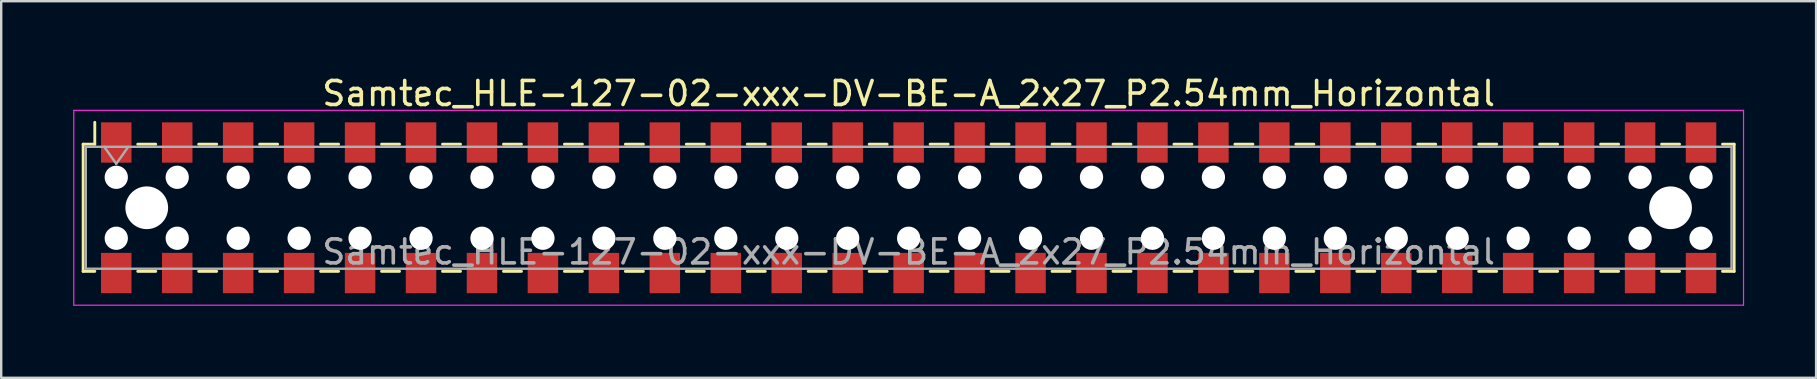
<source format=kicad_pcb>
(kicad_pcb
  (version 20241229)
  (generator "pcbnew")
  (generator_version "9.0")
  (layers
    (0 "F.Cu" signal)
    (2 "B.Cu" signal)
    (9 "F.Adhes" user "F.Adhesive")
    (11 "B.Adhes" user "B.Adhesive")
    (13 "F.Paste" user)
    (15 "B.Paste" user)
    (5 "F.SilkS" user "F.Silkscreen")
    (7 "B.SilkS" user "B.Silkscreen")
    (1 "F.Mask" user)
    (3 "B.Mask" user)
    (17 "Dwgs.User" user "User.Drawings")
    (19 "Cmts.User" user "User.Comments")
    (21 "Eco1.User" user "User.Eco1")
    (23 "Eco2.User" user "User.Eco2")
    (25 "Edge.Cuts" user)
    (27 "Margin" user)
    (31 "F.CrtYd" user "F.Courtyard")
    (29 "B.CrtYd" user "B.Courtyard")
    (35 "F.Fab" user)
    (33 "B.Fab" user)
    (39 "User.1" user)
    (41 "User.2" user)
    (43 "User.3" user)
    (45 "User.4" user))
  (footprint "Samtec_HLE-127-02-xxx-DV-BE-A_2x27_P2.54mm_Horizontal"
    (layer "F.Cu")
    (at 34.815 5.608)
    (property "Reference" "Samtec_HLE-127-02-xxx-DV-BE-A_2x27_P2.54mm_Horizontal" (at 0 -4.76 0) (layer "F.SilkS") (effects (font (size 1 1) (thickness 0.15))))
    (attr smd)
    (fp_line (start -34.4 -2.65) (end -34.4 2.65) (stroke (width 0.12) (type solid)) (layer "F.SilkS"))
    (fp_line (start -34.4 2.65) (end -33.915 2.65) (stroke (width 0.12) (type solid)) (layer "F.SilkS"))
    (fp_line (start -33.915 -3.56) (end -33.915 -2.65) (stroke (width 0.12) (type solid)) (layer "F.SilkS"))
    (fp_line (start -33.915 -2.65) (end -34.4 -2.65) (stroke (width 0.12) (type solid)) (layer "F.SilkS"))
    (fp_line (start -32.125 -2.65) (end -31.375 -2.65) (stroke (width 0.12) (type solid)) (layer "F.SilkS"))
    (fp_line (start -32.125 2.65) (end -31.375 2.65) (stroke (width 0.12) (type solid)) (layer "F.SilkS"))
    (fp_line (start -29.585 -2.65) (end -28.835 -2.65) (stroke (width 0.12) (type solid)) (layer "F.SilkS"))
    (fp_line (start -29.585 2.65) (end -28.835 2.65) (stroke (width 0.12) (type solid)) (layer "F.SilkS"))
    (fp_line (start -27.045 -2.65) (end -26.295 -2.65) (stroke (width 0.12) (type solid)) (layer "F.SilkS"))
    (fp_line (start -27.045 2.65) (end -26.295 2.65) (stroke (width 0.12) (type solid)) (layer "F.SilkS"))
    (fp_line (start -24.505 -2.65) (end -23.755 -2.65) (stroke (width 0.12) (type solid)) (layer "F.SilkS"))
    (fp_line (start -24.505 2.65) (end -23.755 2.65) (stroke (width 0.12) (type solid)) (layer "F.SilkS"))
    (fp_line (start -21.965 -2.65) (end -21.215 -2.65) (stroke (width 0.12) (type solid)) (layer "F.SilkS"))
    (fp_line (start -21.965 2.65) (end -21.215 2.65) (stroke (width 0.12) (type solid)) (layer "F.SilkS"))
    (fp_line (start -19.425 -2.65) (end -18.675 -2.65) (stroke (width 0.12) (type solid)) (layer "F.SilkS"))
    (fp_line (start -19.425 2.65) (end -18.675 2.65) (stroke (width 0.12) (type solid)) (layer "F.SilkS"))
    (fp_line (start -16.885 -2.65) (end -16.135 -2.65) (stroke (width 0.12) (type solid)) (layer "F.SilkS"))
    (fp_line (start -16.885 2.65) (end -16.135 2.65) (stroke (width 0.12) (type solid)) (layer "F.SilkS"))
    (fp_line (start -14.345 -2.65) (end -13.595 -2.65) (stroke (width 0.12) (type solid)) (layer "F.SilkS"))
    (fp_line (start -14.345 2.65) (end -13.595 2.65) (stroke (width 0.12) (type solid)) (layer "F.SilkS"))
    (fp_line (start -11.805 -2.65) (end -11.055 -2.65) (stroke (width 0.12) (type solid)) (layer "F.SilkS"))
    (fp_line (start -11.805 2.65) (end -11.055 2.65) (stroke (width 0.12) (type solid)) (layer "F.SilkS"))
    (fp_line (start -9.265 -2.65) (end -8.515 -2.65) (stroke (width 0.12) (type solid)) (layer "F.SilkS"))
    (fp_line (start -9.265 2.65) (end -8.515 2.65) (stroke (width 0.12) (type solid)) (layer "F.SilkS"))
    (fp_line (start -6.725 -2.65) (end -5.975 -2.65) (stroke (width 0.12) (type solid)) (layer "F.SilkS"))
    (fp_line (start -6.725 2.65) (end -5.975 2.65) (stroke (width 0.12) (type solid)) (layer "F.SilkS"))
    (fp_line (start -4.185 -2.65) (end -3.435 -2.65) (stroke (width 0.12) (type solid)) (layer "F.SilkS"))
    (fp_line (start -4.185 2.65) (end -3.435 2.65) (stroke (width 0.12) (type solid)) (layer "F.SilkS"))
    (fp_line (start -1.645 -2.65) (end -0.895 -2.65) (stroke (width 0.12) (type solid)) (layer "F.SilkS"))
    (fp_line (start -1.645 2.65) (end -0.895 2.65) (stroke (width 0.12) (type solid)) (layer "F.SilkS"))
    (fp_line (start 0.895 -2.65) (end 1.645 -2.65) (stroke (width 0.12) (type solid)) (layer "F.SilkS"))
    (fp_line (start 0.895 2.65) (end 1.645 2.65) (stroke (width 0.12) (type solid)) (layer "F.SilkS"))
    (fp_line (start 3.435 -2.65) (end 4.185 -2.65) (stroke (width 0.12) (type solid)) (layer "F.SilkS"))
    (fp_line (start 3.435 2.65) (end 4.185 2.65) (stroke (width 0.12) (type solid)) (layer "F.SilkS"))
    (fp_line (start 5.975 -2.65) (end 6.725 -2.65) (stroke (width 0.12) (type solid)) (layer "F.SilkS"))
    (fp_line (start 5.975 2.65) (end 6.725 2.65) (stroke (width 0.12) (type solid)) (layer "F.SilkS"))
    (fp_line (start 8.515 -2.65) (end 9.265 -2.65) (stroke (width 0.12) (type solid)) (layer "F.SilkS"))
    (fp_line (start 8.515 2.65) (end 9.265 2.65) (stroke (width 0.12) (type solid)) (layer "F.SilkS"))
    (fp_line (start 11.055 -2.65) (end 11.805 -2.65) (stroke (width 0.12) (type solid)) (layer "F.SilkS"))
    (fp_line (start 11.055 2.65) (end 11.805 2.65) (stroke (width 0.12) (type solid)) (layer "F.SilkS"))
    (fp_line (start 13.595 -2.65) (end 14.345 -2.65) (stroke (width 0.12) (type solid)) (layer "F.SilkS"))
    (fp_line (start 13.595 2.65) (end 14.345 2.65) (stroke (width 0.12) (type solid)) (layer "F.SilkS"))
    (fp_line (start 16.135 -2.65) (end 16.885 -2.65) (stroke (width 0.12) (type solid)) (layer "F.SilkS"))
    (fp_line (start 16.135 2.65) (end 16.885 2.65) (stroke (width 0.12) (type solid)) (layer "F.SilkS"))
    (fp_line (start 18.675 -2.65) (end 19.425 -2.65) (stroke (width 0.12) (type solid)) (layer "F.SilkS"))
    (fp_line (start 18.675 2.65) (end 19.425 2.65) (stroke (width 0.12) (type solid)) (layer "F.SilkS"))
    (fp_line (start 21.215 -2.65) (end 21.965 -2.65) (stroke (width 0.12) (type solid)) (layer "F.SilkS"))
    (fp_line (start 21.215 2.65) (end 21.965 2.65) (stroke (width 0.12) (type solid)) (layer "F.SilkS"))
    (fp_line (start 23.755 -2.65) (end 24.505 -2.65) (stroke (width 0.12) (type solid)) (layer "F.SilkS"))
    (fp_line (start 23.755 2.65) (end 24.505 2.65) (stroke (width 0.12) (type solid)) (layer "F.SilkS"))
    (fp_line (start 26.295 -2.65) (end 27.045 -2.65) (stroke (width 0.12) (type solid)) (layer "F.SilkS"))
    (fp_line (start 26.295 2.65) (end 27.045 2.65) (stroke (width 0.12) (type solid)) (layer "F.SilkS"))
    (fp_line (start 28.835 -2.65) (end 29.585 -2.65) (stroke (width 0.12) (type solid)) (layer "F.SilkS"))
    (fp_line (start 28.835 2.65) (end 29.585 2.65) (stroke (width 0.12) (type solid)) (layer "F.SilkS"))
    (fp_line (start 31.375 -2.65) (end 32.125 -2.65) (stroke (width 0.12) (type solid)) (layer "F.SilkS"))
    (fp_line (start 31.375 2.65) (end 32.125 2.65) (stroke (width 0.12) (type solid)) (layer "F.SilkS"))
    (fp_line (start 33.915 -2.65) (end 34.4 -2.65) (stroke (width 0.12) (type solid)) (layer "F.SilkS"))
    (fp_line (start 34.4 -2.65) (end 34.4 2.65) (stroke (width 0.12) (type solid)) (layer "F.SilkS"))
    (fp_line (start 34.4 2.65) (end 33.915 2.65) (stroke (width 0.12) (type solid)) (layer "F.SilkS"))
    (fp_line (start -34.79 -4.06) (end 34.79 -4.06) (stroke (width 0.05) (type solid)) (layer "F.CrtYd"))
    (fp_line (start -34.79 4.06) (end -34.79 -4.06) (stroke (width 0.05) (type solid)) (layer "F.CrtYd"))
    (fp_line (start 34.79 -4.06) (end 34.79 4.06) (stroke (width 0.05) (type solid)) (layer "F.CrtYd"))
    (fp_line (start 34.79 4.06) (end -34.79 4.06) (stroke (width 0.05) (type solid)) (layer "F.CrtYd"))
    (fp_line (start -34.29 -2.54) (end 34.29 -2.54) (stroke (width 0.1) (type solid)) (layer "F.Fab"))
    (fp_line (start -34.29 2.54) (end -34.29 -2.54) (stroke (width 0.1) (type solid)) (layer "F.Fab"))
    (fp_line (start -33.52 -2.54) (end -33.02 -1.833) (stroke (width 0.1) (type solid)) (layer "F.Fab"))
    (fp_line (start -33.02 -1.833) (end -32.52 -2.54) (stroke (width 0.1) (type solid)) (layer "F.Fab"))
    (fp_line (start 34.29 -2.54) (end 34.29 2.54) (stroke (width 0.1) (type solid)) (layer "F.Fab"))
    (fp_line (start 34.29 2.54) (end -34.29 2.54) (stroke (width 0.1) (type solid)) (layer "F.Fab"))
    (fp_text user "${REFERENCE}" (at 0 1.84 0) (layer "F.Fab") (effects (font (size 1 1) (thickness 0.15))))
    (pad "" np_thru_hole circle (at -33.02 -1.27) (size 0.97 0.97) (drill 0.97) (layers "*.Cu" "*.Mask"))
    (pad "" np_thru_hole circle (at -33.02 1.27) (size 0.97 0.97) (drill 0.97) (layers "*.Cu" "*.Mask"))
    (pad "" np_thru_hole circle (at -31.75 0) (size 1.78 1.78) (drill 1.78) (layers "*.Cu" "*.Mask"))
    (pad "" np_thru_hole circle (at -30.48 -1.27) (size 0.97 0.97) (drill 0.97) (layers "*.Cu" "*.Mask"))
    (pad "" np_thru_hole circle (at -30.48 1.27) (size 0.97 0.97) (drill 0.97) (layers "*.Cu" "*.Mask"))
    (pad "" np_thru_hole circle (at -27.94 -1.27) (size 0.97 0.97) (drill 0.97) (layers "*.Cu" "*.Mask"))
    (pad "" np_thru_hole circle (at -27.94 1.27) (size 0.97 0.97) (drill 0.97) (layers "*.Cu" "*.Mask"))
    (pad "" np_thru_hole circle (at -25.4 -1.27) (size 0.97 0.97) (drill 0.97) (layers "*.Cu" "*.Mask"))
    (pad "" np_thru_hole circle (at -25.4 1.27) (size 0.97 0.97) (drill 0.97) (layers "*.Cu" "*.Mask"))
    (pad "" np_thru_hole circle (at -22.86 -1.27) (size 0.97 0.97) (drill 0.97) (layers "*.Cu" "*.Mask"))
    (pad "" np_thru_hole circle (at -22.86 1.27) (size 0.97 0.97) (drill 0.97) (layers "*.Cu" "*.Mask"))
    (pad "" np_thru_hole circle (at -20.32 -1.27) (size 0.97 0.97) (drill 0.97) (layers "*.Cu" "*.Mask"))
    (pad "" np_thru_hole circle (at -20.32 1.27) (size 0.97 0.97) (drill 0.97) (layers "*.Cu" "*.Mask"))
    (pad "" np_thru_hole circle (at -17.78 -1.27) (size 0.97 0.97) (drill 0.97) (layers "*.Cu" "*.Mask"))
    (pad "" np_thru_hole circle (at -17.78 1.27) (size 0.97 0.97) (drill 0.97) (layers "*.Cu" "*.Mask"))
    (pad "" np_thru_hole circle (at -15.24 -1.27) (size 0.97 0.97) (drill 0.97) (layers "*.Cu" "*.Mask"))
    (pad "" np_thru_hole circle (at -15.24 1.27) (size 0.97 0.97) (drill 0.97) (layers "*.Cu" "*.Mask"))
    (pad "" np_thru_hole circle (at -12.7 -1.27) (size 0.97 0.97) (drill 0.97) (layers "*.Cu" "*.Mask"))
    (pad "" np_thru_hole circle (at -12.7 1.27) (size 0.97 0.97) (drill 0.97) (layers "*.Cu" "*.Mask"))
    (pad "" np_thru_hole circle (at -10.16 -1.27) (size 0.97 0.97) (drill 0.97) (layers "*.Cu" "*.Mask"))
    (pad "" np_thru_hole circle (at -10.16 1.27) (size 0.97 0.97) (drill 0.97) (layers "*.Cu" "*.Mask"))
    (pad "" np_thru_hole circle (at -7.62 -1.27) (size 0.97 0.97) (drill 0.97) (layers "*.Cu" "*.Mask"))
    (pad "" np_thru_hole circle (at -7.62 1.27) (size 0.97 0.97) (drill 0.97) (layers "*.Cu" "*.Mask"))
    (pad "" np_thru_hole circle (at -5.08 -1.27) (size 0.97 0.97) (drill 0.97) (layers "*.Cu" "*.Mask"))
    (pad "" np_thru_hole circle (at -5.08 1.27) (size 0.97 0.97) (drill 0.97) (layers "*.Cu" "*.Mask"))
    (pad "" np_thru_hole circle (at -2.54 -1.27) (size 0.97 0.97) (drill 0.97) (layers "*.Cu" "*.Mask"))
    (pad "" np_thru_hole circle (at -2.54 1.27) (size 0.97 0.97) (drill 0.97) (layers "*.Cu" "*.Mask"))
    (pad "" np_thru_hole circle (at 0 -1.27) (size 0.97 0.97) (drill 0.97) (layers "*.Cu" "*.Mask"))
    (pad "" np_thru_hole circle (at 0 1.27) (size 0.97 0.97) (drill 0.97) (layers "*.Cu" "*.Mask"))
    (pad "" np_thru_hole circle (at 2.54 -1.27) (size 0.97 0.97) (drill 0.97) (layers "*.Cu" "*.Mask"))
    (pad "" np_thru_hole circle (at 2.54 1.27) (size 0.97 0.97) (drill 0.97) (layers "*.Cu" "*.Mask"))
    (pad "" np_thru_hole circle (at 5.08 -1.27) (size 0.97 0.97) (drill 0.97) (layers "*.Cu" "*.Mask"))
    (pad "" np_thru_hole circle (at 5.08 1.27) (size 0.97 0.97) (drill 0.97) (layers "*.Cu" "*.Mask"))
    (pad "" np_thru_hole circle (at 7.62 -1.27) (size 0.97 0.97) (drill 0.97) (layers "*.Cu" "*.Mask"))
    (pad "" np_thru_hole circle (at 7.62 1.27) (size 0.97 0.97) (drill 0.97) (layers "*.Cu" "*.Mask"))
    (pad "" np_thru_hole circle (at 10.16 -1.27) (size 0.97 0.97) (drill 0.97) (layers "*.Cu" "*.Mask"))
    (pad "" np_thru_hole circle (at 10.16 1.27) (size 0.97 0.97) (drill 0.97) (layers "*.Cu" "*.Mask"))
    (pad "" np_thru_hole circle (at 12.7 -1.27) (size 0.97 0.97) (drill 0.97) (layers "*.Cu" "*.Mask"))
    (pad "" np_thru_hole circle (at 12.7 1.27) (size 0.97 0.97) (drill 0.97) (layers "*.Cu" "*.Mask"))
    (pad "" np_thru_hole circle (at 15.24 -1.27) (size 0.97 0.97) (drill 0.97) (layers "*.Cu" "*.Mask"))
    (pad "" np_thru_hole circle (at 15.24 1.27) (size 0.97 0.97) (drill 0.97) (layers "*.Cu" "*.Mask"))
    (pad "" np_thru_hole circle (at 17.78 -1.27) (size 0.97 0.97) (drill 0.97) (layers "*.Cu" "*.Mask"))
    (pad "" np_thru_hole circle (at 17.78 1.27) (size 0.97 0.97) (drill 0.97) (layers "*.Cu" "*.Mask"))
    (pad "" np_thru_hole circle (at 20.32 -1.27) (size 0.97 0.97) (drill 0.97) (layers "*.Cu" "*.Mask"))
    (pad "" np_thru_hole circle (at 20.32 1.27) (size 0.97 0.97) (drill 0.97) (layers "*.Cu" "*.Mask"))
    (pad "" np_thru_hole circle (at 22.86 -1.27) (size 0.97 0.97) (drill 0.97) (layers "*.Cu" "*.Mask"))
    (pad "" np_thru_hole circle (at 22.86 1.27) (size 0.97 0.97) (drill 0.97) (layers "*.Cu" "*.Mask"))
    (pad "" np_thru_hole circle (at 25.4 -1.27) (size 0.97 0.97) (drill 0.97) (layers "*.Cu" "*.Mask"))
    (pad "" np_thru_hole circle (at 25.4 1.27) (size 0.97 0.97) (drill 0.97) (layers "*.Cu" "*.Mask"))
    (pad "" np_thru_hole circle (at 27.94 -1.27) (size 0.97 0.97) (drill 0.97) (layers "*.Cu" "*.Mask"))
    (pad "" np_thru_hole circle (at 27.94 1.27) (size 0.97 0.97) (drill 0.97) (layers "*.Cu" "*.Mask"))
    (pad "" np_thru_hole circle (at 30.48 -1.27) (size 0.97 0.97) (drill 0.97) (layers "*.Cu" "*.Mask"))
    (pad "" np_thru_hole circle (at 30.48 1.27) (size 0.97 0.97) (drill 0.97) (layers "*.Cu" "*.Mask"))
    (pad "" np_thru_hole circle (at 31.75 0) (size 1.78 1.78) (drill 1.78) (layers "*.Cu" "*.Mask"))
    (pad "" np_thru_hole circle (at 33.02 -1.27) (size 0.97 0.97) (drill 0.97) (layers "*.Cu" "*.Mask"))
    (pad "" np_thru_hole circle (at 33.02 1.27) (size 0.97 0.97) (drill 0.97) (layers "*.Cu" "*.Mask"))
    (pad "1" smd rect (at -33.02 -2.72) (size 1.27 1.68) (layers "F.Cu" "F.Mask" "F.Paste"))
    (pad "2" smd rect (at -33.02 2.72) (size 1.27 1.68) (layers "F.Cu" "F.Mask" "F.Paste"))
    (pad "3" smd rect (at -30.48 -2.72) (size 1.27 1.68) (layers "F.Cu" "F.Mask" "F.Paste"))
    (pad "4" smd rect (at -30.48 2.72) (size 1.27 1.68) (layers "F.Cu" "F.Mask" "F.Paste"))
    (pad "5" smd rect (at -27.94 -2.72) (size 1.27 1.68) (layers "F.Cu" "F.Mask" "F.Paste"))
    (pad "6" smd rect (at -27.94 2.72) (size 1.27 1.68) (layers "F.Cu" "F.Mask" "F.Paste"))
    (pad "7" smd rect (at -25.4 -2.72) (size 1.27 1.68) (layers "F.Cu" "F.Mask" "F.Paste"))
    (pad "8" smd rect (at -25.4 2.72) (size 1.27 1.68) (layers "F.Cu" "F.Mask" "F.Paste"))
    (pad "9" smd rect (at -22.86 -2.72) (size 1.27 1.68) (layers "F.Cu" "F.Mask" "F.Paste"))
    (pad "10" smd rect (at -22.86 2.72) (size 1.27 1.68) (layers "F.Cu" "F.Mask" "F.Paste"))
    (pad "11" smd rect (at -20.32 -2.72) (size 1.27 1.68) (layers "F.Cu" "F.Mask" "F.Paste"))
    (pad "12" smd rect (at -20.32 2.72) (size 1.27 1.68) (layers "F.Cu" "F.Mask" "F.Paste"))
    (pad "13" smd rect (at -17.78 -2.72) (size 1.27 1.68) (layers "F.Cu" "F.Mask" "F.Paste"))
    (pad "14" smd rect (at -17.78 2.72) (size 1.27 1.68) (layers "F.Cu" "F.Mask" "F.Paste"))
    (pad "15" smd rect (at -15.24 -2.72) (size 1.27 1.68) (layers "F.Cu" "F.Mask" "F.Paste"))
    (pad "16" smd rect (at -15.24 2.72) (size 1.27 1.68) (layers "F.Cu" "F.Mask" "F.Paste"))
    (pad "17" smd rect (at -12.7 -2.72) (size 1.27 1.68) (layers "F.Cu" "F.Mask" "F.Paste"))
    (pad "18" smd rect (at -12.7 2.72) (size 1.27 1.68) (layers "F.Cu" "F.Mask" "F.Paste"))
    (pad "19" smd rect (at -10.16 -2.72) (size 1.27 1.68) (layers "F.Cu" "F.Mask" "F.Paste"))
    (pad "20" smd rect (at -10.16 2.72) (size 1.27 1.68) (layers "F.Cu" "F.Mask" "F.Paste"))
    (pad "21" smd rect (at -7.62 -2.72) (size 1.27 1.68) (layers "F.Cu" "F.Mask" "F.Paste"))
    (pad "22" smd rect (at -7.62 2.72) (size 1.27 1.68) (layers "F.Cu" "F.Mask" "F.Paste"))
    (pad "23" smd rect (at -5.08 -2.72) (size 1.27 1.68) (layers "F.Cu" "F.Mask" "F.Paste"))
    (pad "24" smd rect (at -5.08 2.72) (size 1.27 1.68) (layers "F.Cu" "F.Mask" "F.Paste"))
    (pad "25" smd rect (at -2.54 -2.72) (size 1.27 1.68) (layers "F.Cu" "F.Mask" "F.Paste"))
    (pad "26" smd rect (at -2.54 2.72) (size 1.27 1.68) (layers "F.Cu" "F.Mask" "F.Paste"))
    (pad "27" smd rect (at 0 -2.72) (size 1.27 1.68) (layers "F.Cu" "F.Mask" "F.Paste"))
    (pad "28" smd rect (at 0 2.72) (size 1.27 1.68) (layers "F.Cu" "F.Mask" "F.Paste"))
    (pad "29" smd rect (at 2.54 -2.72) (size 1.27 1.68) (layers "F.Cu" "F.Mask" "F.Paste"))
    (pad "30" smd rect (at 2.54 2.72) (size 1.27 1.68) (layers "F.Cu" "F.Mask" "F.Paste"))
    (pad "31" smd rect (at 5.08 -2.72) (size 1.27 1.68) (layers "F.Cu" "F.Mask" "F.Paste"))
    (pad "32" smd rect (at 5.08 2.72) (size 1.27 1.68) (layers "F.Cu" "F.Mask" "F.Paste"))
    (pad "33" smd rect (at 7.62 -2.72) (size 1.27 1.68) (layers "F.Cu" "F.Mask" "F.Paste"))
    (pad "34" smd rect (at 7.62 2.72) (size 1.27 1.68) (layers "F.Cu" "F.Mask" "F.Paste"))
    (pad "35" smd rect (at 10.16 -2.72) (size 1.27 1.68) (layers "F.Cu" "F.Mask" "F.Paste"))
    (pad "36" smd rect (at 10.16 2.72) (size 1.27 1.68) (layers "F.Cu" "F.Mask" "F.Paste"))
    (pad "37" smd rect (at 12.7 -2.72) (size 1.27 1.68) (layers "F.Cu" "F.Mask" "F.Paste"))
    (pad "38" smd rect (at 12.7 2.72) (size 1.27 1.68) (layers "F.Cu" "F.Mask" "F.Paste"))
    (pad "39" smd rect (at 15.24 -2.72) (size 1.27 1.68) (layers "F.Cu" "F.Mask" "F.Paste"))
    (pad "40" smd rect (at 15.24 2.72) (size 1.27 1.68) (layers "F.Cu" "F.Mask" "F.Paste"))
    (pad "41" smd rect (at 17.78 -2.72) (size 1.27 1.68) (layers "F.Cu" "F.Mask" "F.Paste"))
    (pad "42" smd rect (at 17.78 2.72) (size 1.27 1.68) (layers "F.Cu" "F.Mask" "F.Paste"))
    (pad "43" smd rect (at 20.32 -2.72) (size 1.27 1.68) (layers "F.Cu" "F.Mask" "F.Paste"))
    (pad "44" smd rect (at 20.32 2.72) (size 1.27 1.68) (layers "F.Cu" "F.Mask" "F.Paste"))
    (pad "45" smd rect (at 22.86 -2.72) (size 1.27 1.68) (layers "F.Cu" "F.Mask" "F.Paste"))
    (pad "46" smd rect (at 22.86 2.72) (size 1.27 1.68) (layers "F.Cu" "F.Mask" "F.Paste"))
    (pad "47" smd rect (at 25.4 -2.72) (size 1.27 1.68) (layers "F.Cu" "F.Mask" "F.Paste"))
    (pad "48" smd rect (at 25.4 2.72) (size 1.27 1.68) (layers "F.Cu" "F.Mask" "F.Paste"))
    (pad "49" smd rect (at 27.94 -2.72) (size 1.27 1.68) (layers "F.Cu" "F.Mask" "F.Paste"))
    (pad "50" smd rect (at 27.94 2.72) (size 1.27 1.68) (layers "F.Cu" "F.Mask" "F.Paste"))
    (pad "51" smd rect (at 30.48 -2.72) (size 1.27 1.68) (layers "F.Cu" "F.Mask" "F.Paste"))
    (pad "52" smd rect (at 30.48 2.72) (size 1.27 1.68) (layers "F.Cu" "F.Mask" "F.Paste"))
    (pad "53" smd rect (at 33.02 -2.72) (size 1.27 1.68) (layers "F.Cu" "F.Mask" "F.Paste"))
    (pad "54" smd rect (at 33.02 2.72) (size 1.27 1.68) (layers "F.Cu" "F.Mask" "F.Paste")))
  (gr_rect
    (start -3 -3)
    (end 72.63 12.693)
    (stroke (width 0.1) (type default))
    (fill no)
    (layer "Edge.Cuts")))
</source>
